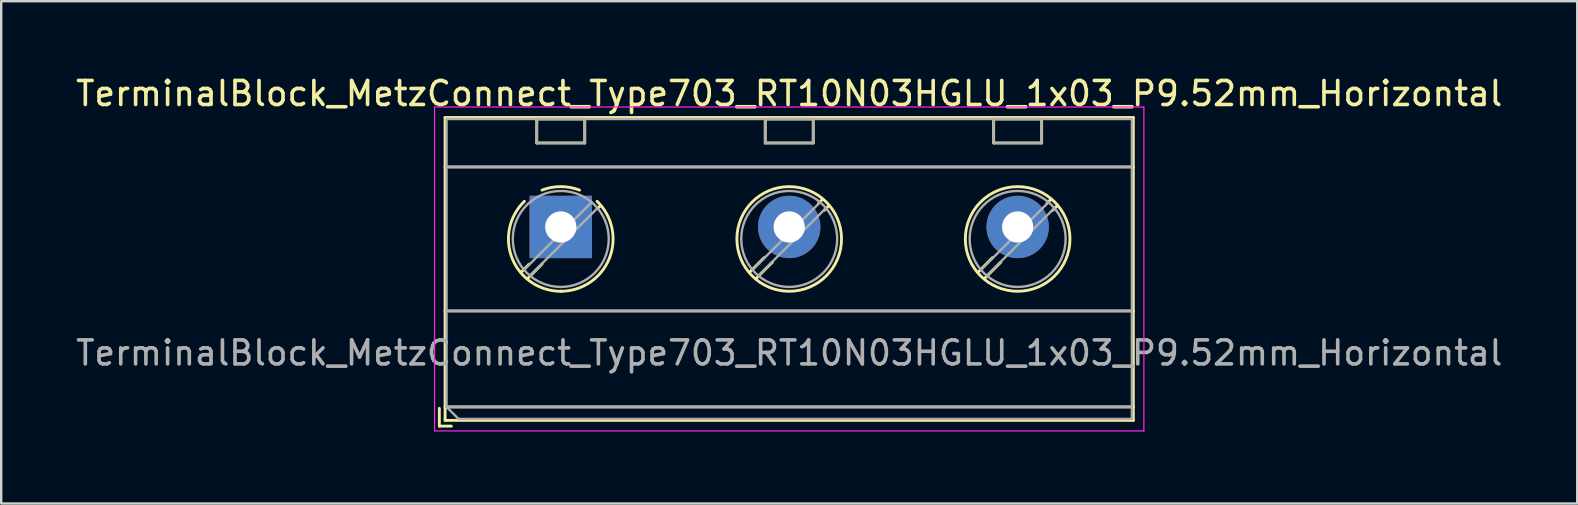
<source format=kicad_pcb>
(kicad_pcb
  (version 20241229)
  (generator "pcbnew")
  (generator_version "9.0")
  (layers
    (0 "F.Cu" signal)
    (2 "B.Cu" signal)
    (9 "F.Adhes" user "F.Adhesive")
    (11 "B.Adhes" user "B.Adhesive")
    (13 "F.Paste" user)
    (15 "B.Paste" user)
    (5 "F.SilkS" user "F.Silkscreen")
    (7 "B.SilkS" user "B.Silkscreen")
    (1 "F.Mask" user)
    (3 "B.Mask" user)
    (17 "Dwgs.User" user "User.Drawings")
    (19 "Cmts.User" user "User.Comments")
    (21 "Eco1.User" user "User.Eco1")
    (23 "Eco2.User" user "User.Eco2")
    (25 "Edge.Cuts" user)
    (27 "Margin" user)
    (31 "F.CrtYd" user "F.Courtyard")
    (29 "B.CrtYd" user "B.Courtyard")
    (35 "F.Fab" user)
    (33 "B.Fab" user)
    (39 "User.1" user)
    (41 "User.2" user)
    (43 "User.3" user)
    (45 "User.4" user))
  (footprint "TerminalBlock_MetzConnect_Type703_RT10N03HGLU_1x03_P9.52mm_Horizontal"
    (layer "F.Cu")
    (at 20.319 6.408)
    (property "Reference" "TerminalBlock_MetzConnect_Type703_RT10N03HGLU_1x03_P9.52mm_Horizontal" (at 9.52 -5.56 0) (layer "F.SilkS") (effects (font (size 1 1) (thickness 0.15))))
    (attr through_hole)
    (fp_line (start -5.06 7.56) (end -5.06 8.3) (stroke (width 0.12) (type solid)) (layer "F.SilkS"))
    (fp_line (start -5.06 8.3) (end -4.56 8.3) (stroke (width 0.12) (type solid)) (layer "F.SilkS"))
    (fp_line (start -4.82 -4.56) (end -4.82 8.06) (stroke (width 0.12) (type solid)) (layer "F.SilkS"))
    (fp_line (start -4.82 -4.56) (end 23.86 -4.56) (stroke (width 0.12) (type solid)) (layer "F.SilkS"))
    (fp_line (start -4.82 -2.5) (end 23.86 -2.5) (stroke (width 0.12) (type solid)) (layer "F.SilkS"))
    (fp_line (start -4.82 3.5) (end 23.86 3.5) (stroke (width 0.12) (type solid)) (layer "F.SilkS"))
    (fp_line (start -4.82 7.5) (end 23.86 7.5) (stroke (width 0.12) (type solid)) (layer "F.SilkS"))
    (fp_line (start -4.82 8.06) (end 23.86 8.06) (stroke (width 0.12) (type solid)) (layer "F.SilkS"))
    (fp_line (start -1.32 1.553) (end -1.654 1.888) (stroke (width 0.12) (type solid)) (layer "F.SilkS"))
    (fp_line (start -1 -4.5) (end -1 -3.5) (stroke (width 0.12) (type solid)) (layer "F.SilkS"))
    (fp_line (start -1 -4.5) (end 1 -4.5) (stroke (width 0.12) (type solid)) (layer "F.SilkS"))
    (fp_line (start -1 -3.5) (end 1 -3.5) (stroke (width 0.12) (type solid)) (layer "F.SilkS"))
    (fp_line (start -0.78 1.546) (end -1.388 2.154) (stroke (width 0.12) (type solid)) (layer "F.SilkS"))
    (fp_line (start 1 -4.5) (end 1 -3.5) (stroke (width 0.12) (type solid)) (layer "F.SilkS"))
    (fp_line (start 1.654 -0.888) (end 1.547 -0.781) (stroke (width 0.12) (type solid)) (layer "F.SilkS"))
    (fp_line (start 8.475 1.279) (end 7.867 1.888) (stroke (width 0.12) (type solid)) (layer "F.SilkS"))
    (fp_line (start 8.52 -4.5) (end 8.52 -3.5) (stroke (width 0.12) (type solid)) (layer "F.SilkS"))
    (fp_line (start 8.52 -4.5) (end 10.52 -4.5) (stroke (width 0.12) (type solid)) (layer "F.SilkS"))
    (fp_line (start 8.52 -3.5) (end 10.52 -3.5) (stroke (width 0.12) (type solid)) (layer "F.SilkS"))
    (fp_line (start 8.817 1.47) (end 8.133 2.154) (stroke (width 0.12) (type solid)) (layer "F.SilkS"))
    (fp_line (start 10.52 -4.5) (end 10.52 -3.5) (stroke (width 0.12) (type solid)) (layer "F.SilkS"))
    (fp_line (start 10.908 -1.154) (end 10.741 -0.986) (stroke (width 0.12) (type solid)) (layer "F.SilkS"))
    (fp_line (start 11.174 -0.888) (end 10.976 -0.69) (stroke (width 0.12) (type solid)) (layer "F.SilkS"))
    (fp_line (start 17.995 1.279) (end 17.387 1.888) (stroke (width 0.12) (type solid)) (layer "F.SilkS"))
    (fp_line (start 18.04 -4.5) (end 18.04 -3.5) (stroke (width 0.12) (type solid)) (layer "F.SilkS"))
    (fp_line (start 18.04 -4.5) (end 20.04 -4.5) (stroke (width 0.12) (type solid)) (layer "F.SilkS"))
    (fp_line (start 18.04 -3.5) (end 20.04 -3.5) (stroke (width 0.12) (type solid)) (layer "F.SilkS"))
    (fp_line (start 18.337 1.47) (end 17.653 2.154) (stroke (width 0.12) (type solid)) (layer "F.SilkS"))
    (fp_line (start 20.04 -4.5) (end 20.04 -3.5) (stroke (width 0.12) (type solid)) (layer "F.SilkS"))
    (fp_line (start 20.428 -1.154) (end 20.261 -0.986) (stroke (width 0.12) (type solid)) (layer "F.SilkS"))
    (fp_line (start 20.694 -0.888) (end 20.496 -0.69) (stroke (width 0.12) (type solid)) (layer "F.SilkS"))
    (fp_line (start 23.86 -4.56) (end 23.86 8.06) (stroke (width 0.12) (type solid)) (layer "F.SilkS"))
    (fp_arc (start -0.781211 -1.536303) (mid 0.000423 -1.681014) (end 0.782 -1.536) (stroke (width 0.12) (type solid)) (layer "F.SilkS"))
    (fp_arc (start 0.037945 2.680721) (mid -2.015074 1.334542) (end -1.515 -1.069) (stroke (width 0.12) (type solid)) (layer "F.SilkS"))
    (fp_arc (start 1.514355 -1.068161) (mid 2.021261 1.316642) (end 0 2.68) (stroke (width 0.12) (type solid)) (layer "F.SilkS"))
    (fp_circle (center 9.52 0.5) (end 11.7 0.5) (stroke (width 0.12) (type solid)) (fill no) (layer "F.SilkS"))
    (fp_circle (center 19.04 0.5) (end 21.22 0.5) (stroke (width 0.12) (type solid)) (fill no) (layer "F.SilkS"))
    (fp_line (start -5.26 -5) (end -5.26 8.5) (stroke (width 0.05) (type solid)) (layer "F.CrtYd"))
    (fp_line (start -5.26 8.5) (end 24.3 8.5) (stroke (width 0.05) (type solid)) (layer "F.CrtYd"))
    (fp_line (start 24.3 -5) (end -5.26 -5) (stroke (width 0.05) (type solid)) (layer "F.CrtYd"))
    (fp_line (start 24.3 8.5) (end 24.3 -5) (stroke (width 0.05) (type solid)) (layer "F.CrtYd"))
    (fp_line (start -4.76 -4.5) (end 23.8 -4.5) (stroke (width 0.1) (type solid)) (layer "F.Fab"))
    (fp_line (start -4.76 -2.5) (end 23.8 -2.5) (stroke (width 0.1) (type solid)) (layer "F.Fab"))
    (fp_line (start -4.76 3.5) (end 23.8 3.5) (stroke (width 0.1) (type solid)) (layer "F.Fab"))
    (fp_line (start -4.76 7.5) (end -4.76 -4.5) (stroke (width 0.1) (type solid)) (layer "F.Fab"))
    (fp_line (start -4.76 7.5) (end 23.8 7.5) (stroke (width 0.1) (type solid)) (layer "F.Fab"))
    (fp_line (start -4.26 8) (end -4.76 7.5) (stroke (width 0.1) (type solid)) (layer "F.Fab"))
    (fp_line (start -1 -4.5) (end -1 -3.5) (stroke (width 0.1) (type solid)) (layer "F.Fab"))
    (fp_line (start -1 -3.5) (end 1 -3.5) (stroke (width 0.1) (type solid)) (layer "F.Fab"))
    (fp_line (start 1 -4.5) (end -1 -4.5) (stroke (width 0.1) (type solid)) (layer "F.Fab"))
    (fp_line (start 1 -3.5) (end 1 -4.5) (stroke (width 0.1) (type solid)) (layer "F.Fab"))
    (fp_line (start 1.273 -1.017) (end -1.517 1.773) (stroke (width 0.1) (type solid)) (layer "F.Fab"))
    (fp_line (start 1.517 -0.773) (end -1.273 2.017) (stroke (width 0.1) (type solid)) (layer "F.Fab"))
    (fp_line (start 8.52 -4.5) (end 8.52 -3.5) (stroke (width 0.1) (type solid)) (layer "F.Fab"))
    (fp_line (start 8.52 -3.5) (end 10.52 -3.5) (stroke (width 0.1) (type solid)) (layer "F.Fab"))
    (fp_line (start 10.52 -4.5) (end 8.52 -4.5) (stroke (width 0.1) (type solid)) (layer "F.Fab"))
    (fp_line (start 10.52 -3.5) (end 10.52 -4.5) (stroke (width 0.1) (type solid)) (layer "F.Fab"))
    (fp_line (start 10.793 -1.017) (end 8.004 1.773) (stroke (width 0.1) (type solid)) (layer "F.Fab"))
    (fp_line (start 11.037 -0.773) (end 8.248 2.017) (stroke (width 0.1) (type solid)) (layer "F.Fab"))
    (fp_line (start 18.04 -4.5) (end 18.04 -3.5) (stroke (width 0.1) (type solid)) (layer "F.Fab"))
    (fp_line (start 18.04 -3.5) (end 20.04 -3.5) (stroke (width 0.1) (type solid)) (layer "F.Fab"))
    (fp_line (start 20.04 -4.5) (end 18.04 -4.5) (stroke (width 0.1) (type solid)) (layer "F.Fab"))
    (fp_line (start 20.04 -3.5) (end 20.04 -4.5) (stroke (width 0.1) (type solid)) (layer "F.Fab"))
    (fp_line (start 20.313 -1.017) (end 17.524 1.773) (stroke (width 0.1) (type solid)) (layer "F.Fab"))
    (fp_line (start 20.557 -0.773) (end 17.768 2.017) (stroke (width 0.1) (type solid)) (layer "F.Fab"))
    (fp_line (start 23.8 -4.5) (end 23.8 8) (stroke (width 0.1) (type solid)) (layer "F.Fab"))
    (fp_line (start 23.8 8) (end -4.26 8) (stroke (width 0.1) (type solid)) (layer "F.Fab"))
    (fp_circle (center 0 0.5) (end 2 0.5) (stroke (width 0.1) (type solid)) (fill no) (layer "F.Fab"))
    (fp_circle (center 9.52 0.5) (end 11.52 0.5) (stroke (width 0.1) (type solid)) (fill no) (layer "F.Fab"))
    (fp_circle (center 19.04 0.5) (end 21.04 0.5) (stroke (width 0.1) (type solid)) (fill no) (layer "F.Fab"))
    (fp_text user "${REFERENCE}" (at 9.52 5.25 0) (layer "F.Fab") (effects (font (size 1 1) (thickness 0.15))))
    (pad "1" thru_hole rect (at 0 0) (size 2.6 2.6) (drill 1.3) (layers "*.Cu" "*.Mask"))
    (pad "2" thru_hole circle (at 9.52 0) (size 2.6 2.6) (drill 1.3) (layers "*.Cu" "*.Mask"))
    (pad "3" thru_hole circle (at 19.04 0) (size 2.6 2.6) (drill 1.3) (layers "*.Cu" "*.Mask")))
  (gr_rect
    (start -3 -3)
    (end 62.679 17.933)
    (stroke (width 0.1) (type default))
    (fill no)
    (layer "Edge.Cuts")))
</source>
